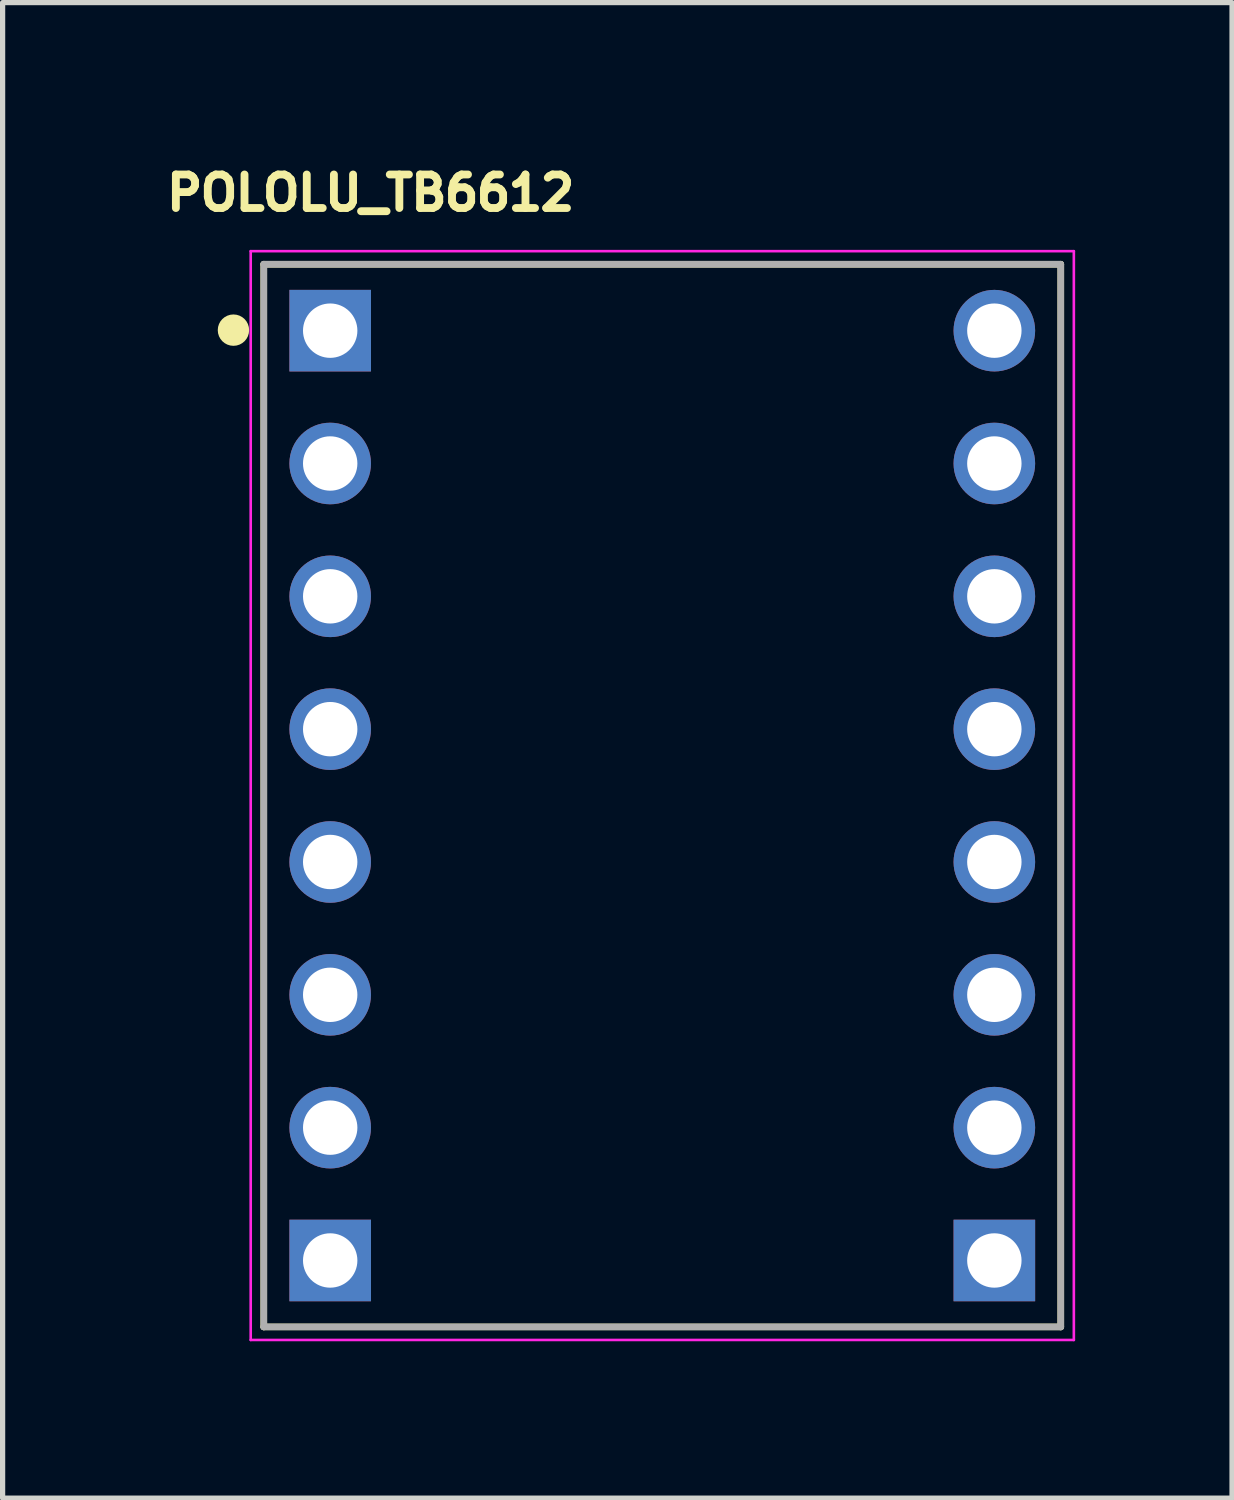
<source format=kicad_pcb>
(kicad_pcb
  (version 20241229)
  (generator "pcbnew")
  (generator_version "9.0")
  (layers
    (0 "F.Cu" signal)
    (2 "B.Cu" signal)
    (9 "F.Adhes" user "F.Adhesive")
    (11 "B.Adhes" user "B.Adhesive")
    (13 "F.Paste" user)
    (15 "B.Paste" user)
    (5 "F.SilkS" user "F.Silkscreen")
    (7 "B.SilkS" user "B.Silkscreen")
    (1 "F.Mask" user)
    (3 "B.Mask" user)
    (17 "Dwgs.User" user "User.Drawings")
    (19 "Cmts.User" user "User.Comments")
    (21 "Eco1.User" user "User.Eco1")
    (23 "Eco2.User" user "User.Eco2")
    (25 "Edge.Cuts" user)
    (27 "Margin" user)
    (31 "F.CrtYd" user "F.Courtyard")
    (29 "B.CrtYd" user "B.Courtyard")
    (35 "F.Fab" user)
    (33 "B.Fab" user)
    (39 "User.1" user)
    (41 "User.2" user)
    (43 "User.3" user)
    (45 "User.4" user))
  (footprint "POLOLU_TB6612"
    (layer "F.Cu")
    (at 9.614 12.163)
    (property "Reference" "POLOLU_TB6612" (at -5.577 -11.524 0) (layer "F.SilkS") (effects (font (size 0.641 0.641) (thickness 0.15))))
    (attr through_hole)
    (fp_line (start -7.62 -10.16) (end 7.62 -10.16) (stroke (width 0.127) (type solid)) (layer "F.SilkS"))
    (fp_line (start -7.62 10.16) (end -7.62 -10.16) (stroke (width 0.127) (type solid)) (layer "F.SilkS"))
    (fp_line (start 7.62 -10.16) (end 7.62 10.16) (stroke (width 0.127) (type solid)) (layer "F.SilkS"))
    (fp_line (start 7.62 10.16) (end -7.62 10.16) (stroke (width 0.127) (type solid)) (layer "F.SilkS"))
    (fp_circle (center -8.2 -8.9) (end -8.05 -8.9) (stroke (width 0.3) (type solid)) (fill no) (layer "F.SilkS"))
    (fp_line (start -7.87 -10.41) (end 7.87 -10.41) (stroke (width 0.05) (type solid)) (layer "F.CrtYd"))
    (fp_line (start -7.87 10.41) (end -7.87 -10.41) (stroke (width 0.05) (type solid)) (layer "F.CrtYd"))
    (fp_line (start 7.87 -10.41) (end 7.87 10.41) (stroke (width 0.05) (type solid)) (layer "F.CrtYd"))
    (fp_line (start 7.87 10.41) (end -7.87 10.41) (stroke (width 0.05) (type solid)) (layer "F.CrtYd"))
    (fp_line (start -7.62 -10.16) (end 7.62 -10.16) (stroke (width 0.127) (type solid)) (layer "F.Fab"))
    (fp_line (start -7.62 10.16) (end -7.62 -10.16) (stroke (width 0.127) (type solid)) (layer "F.Fab"))
    (fp_line (start 7.62 -10.16) (end 7.62 10.16) (stroke (width 0.127) (type solid)) (layer "F.Fab"))
    (fp_line (start 7.62 10.16) (end -7.62 10.16) (stroke (width 0.127) (type solid)) (layer "F.Fab"))
    (pad "1" thru_hole rect (at -6.35 -8.89) (size 1.56 1.56) (drill 1.04) (layers "*.Cu" "*.Mask"))
    (pad "2" thru_hole circle (at -6.35 -6.35) (size 1.56 1.56) (drill 1.04) (layers "*.Cu" "*.Mask"))
    (pad "3" thru_hole circle (at -6.35 -3.81) (size 1.56 1.56) (drill 1.04) (layers "*.Cu" "*.Mask"))
    (pad "4" thru_hole circle (at -6.35 -1.27) (size 1.56 1.56) (drill 1.04) (layers "*.Cu" "*.Mask"))
    (pad "5" thru_hole circle (at -6.35 1.27) (size 1.56 1.56) (drill 1.04) (layers "*.Cu" "*.Mask"))
    (pad "6" thru_hole circle (at -6.35 3.81) (size 1.56 1.56) (drill 1.04) (layers "*.Cu" "*.Mask"))
    (pad "7" thru_hole circle (at -6.35 6.35) (size 1.56 1.56) (drill 1.04) (layers "*.Cu" "*.Mask"))
    (pad "8" thru_hole rect (at -6.35 8.89) (size 1.56 1.56) (drill 1.04) (layers "*.Cu" "*.Mask"))
    (pad "9" thru_hole rect (at 6.35 8.89) (size 1.56 1.56) (drill 1.04) (layers "*.Cu" "*.Mask"))
    (pad "10" thru_hole circle (at 6.35 6.35) (size 1.56 1.56) (drill 1.04) (layers "*.Cu" "*.Mask"))
    (pad "11" thru_hole circle (at 6.35 3.81) (size 1.56 1.56) (drill 1.04) (layers "*.Cu" "*.Mask"))
    (pad "12" thru_hole circle (at 6.35 1.27) (size 1.56 1.56) (drill 1.04) (layers "*.Cu" "*.Mask"))
    (pad "13" thru_hole circle (at 6.35 -1.27) (size 1.56 1.56) (drill 1.04) (layers "*.Cu" "*.Mask"))
    (pad "14" thru_hole circle (at 6.35 -3.81) (size 1.56 1.56) (drill 1.04) (layers "*.Cu" "*.Mask"))
    (pad "15" thru_hole circle (at 6.35 -6.35) (size 1.56 1.56) (drill 1.04) (layers "*.Cu" "*.Mask"))
    (pad "16" thru_hole circle (at 6.35 -8.89) (size 1.56 1.56) (drill 1.04) (layers "*.Cu" "*.Mask")))
  (gr_rect
    (start -3 -3)
    (end 20.509 25.598)
    (stroke (width 0.1) (type default))
    (fill no)
    (layer "Edge.Cuts")))
</source>
